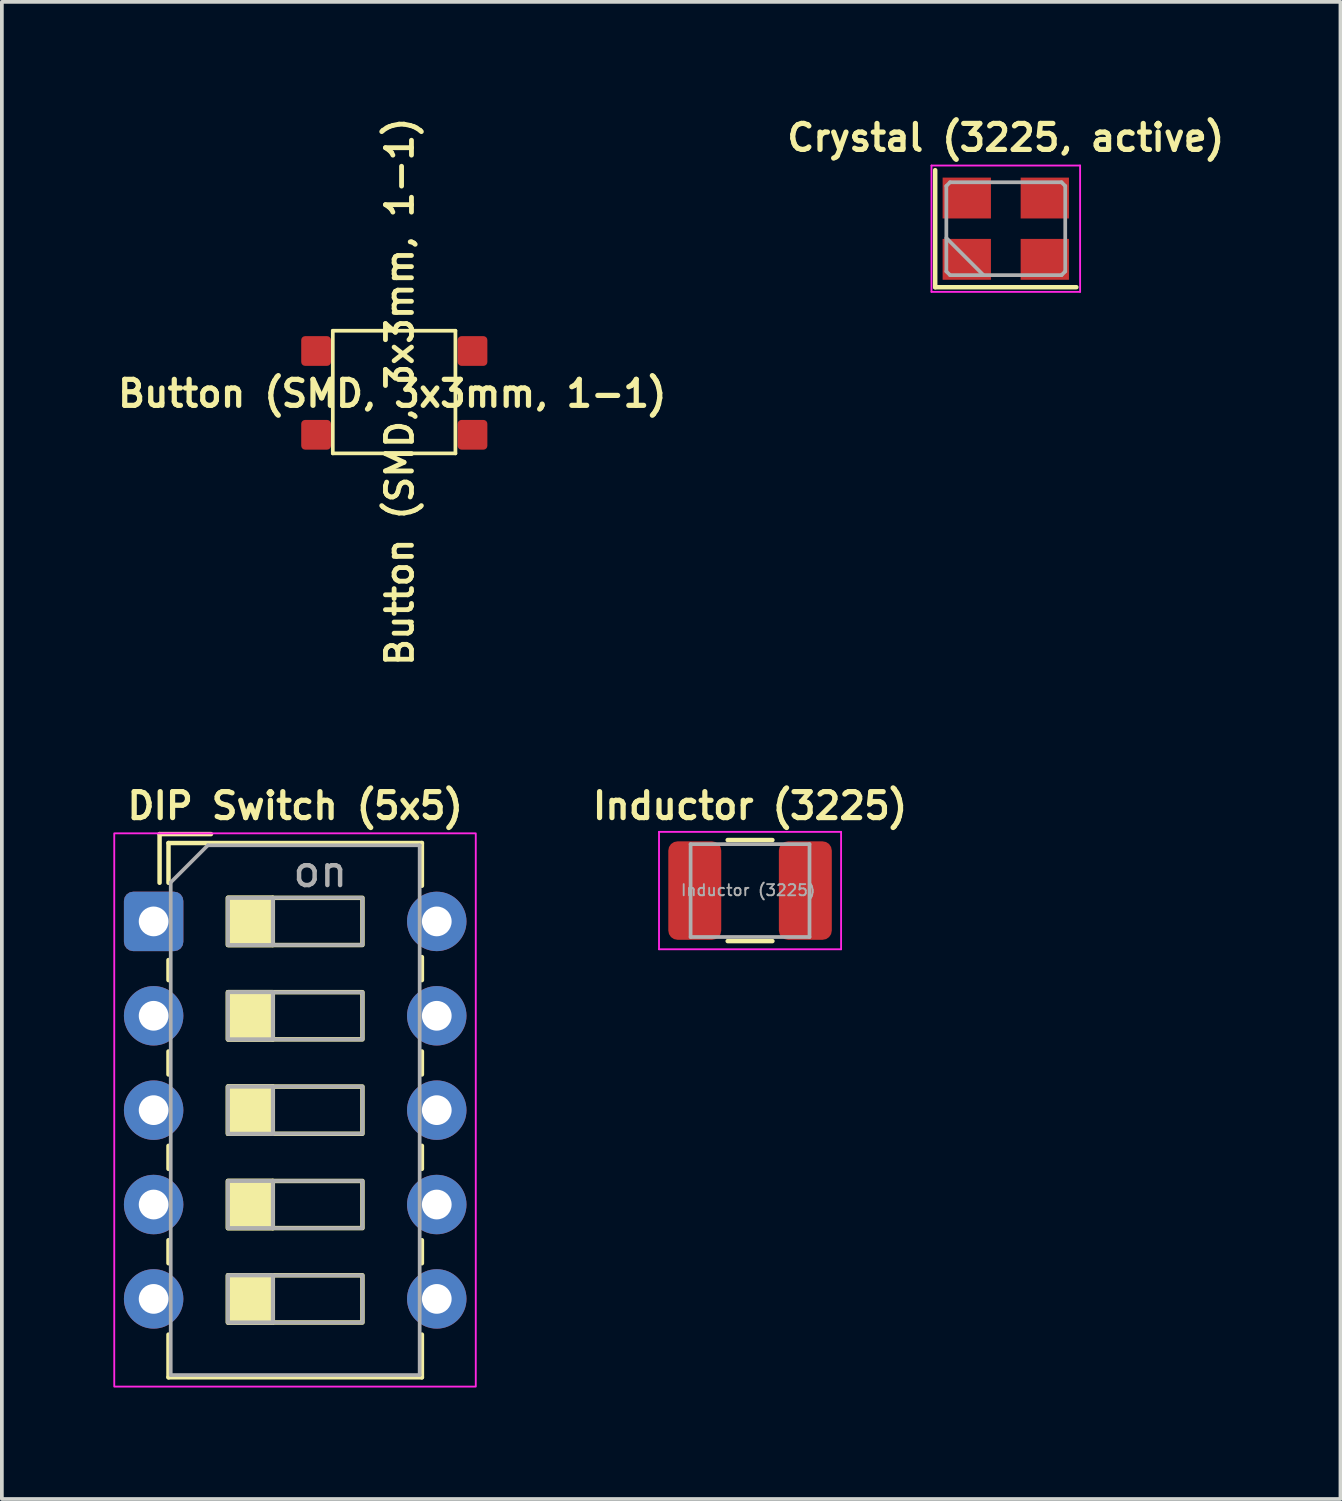
<source format=kicad_pcb>
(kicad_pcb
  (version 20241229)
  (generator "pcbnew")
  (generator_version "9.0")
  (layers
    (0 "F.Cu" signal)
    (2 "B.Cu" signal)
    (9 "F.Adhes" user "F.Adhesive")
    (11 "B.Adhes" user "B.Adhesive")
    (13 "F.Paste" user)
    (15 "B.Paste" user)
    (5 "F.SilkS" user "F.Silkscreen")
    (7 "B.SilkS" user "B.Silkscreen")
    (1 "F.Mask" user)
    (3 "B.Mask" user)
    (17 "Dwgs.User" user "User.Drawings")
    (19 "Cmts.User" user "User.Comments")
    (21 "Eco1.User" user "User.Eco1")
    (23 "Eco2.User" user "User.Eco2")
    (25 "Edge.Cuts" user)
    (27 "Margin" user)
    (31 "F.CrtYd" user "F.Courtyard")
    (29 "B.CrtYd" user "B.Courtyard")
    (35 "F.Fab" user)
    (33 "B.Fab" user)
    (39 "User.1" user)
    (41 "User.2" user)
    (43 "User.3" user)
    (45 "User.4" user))
  (footprint "DIP Switch (5x5)"
    (layer "F.Cu")
    (at 1.085 21.749)
    (property "Reference" "DIP Switch (5x5)" (at 3.81 -3.11 0) (layer "F.SilkS") (effects (font (size 0.7 0.7) (thickness 0.14) (bold yes))))
    (attr through_hole)
    (fp_line (start 0.16 -2.35) (end 0.16 -1.04) (stroke (width 0.12) (type solid)) (layer "F.SilkS"))
    (fp_line (start 0.16 -2.35) (end 1.543 -2.35) (stroke (width 0.12) (type solid)) (layer "F.SilkS"))
    (fp_line (start 0.4 -2.11) (end 0.4 -1.04) (stroke (width 0.12) (type solid)) (layer "F.SilkS"))
    (fp_line (start 0.4 -2.11) (end 7.22 -2.11) (stroke (width 0.12) (type solid)) (layer "F.SilkS"))
    (fp_line (start 0.4 1.04) (end 0.4 1.58) (stroke (width 0.12) (type solid)) (layer "F.SilkS"))
    (fp_line (start 0.4 3.5) (end 0.4 4.12) (stroke (width 0.12) (type solid)) (layer "F.SilkS"))
    (fp_line (start 0.4 6.04) (end 0.4 6.66) (stroke (width 0.12) (type solid)) (layer "F.SilkS"))
    (fp_line (start 0.4 8.58) (end 0.4 9.2) (stroke (width 0.12) (type solid)) (layer "F.SilkS"))
    (fp_line (start 0.4 11.12) (end 0.4 12.27) (stroke (width 0.12) (type solid)) (layer "F.SilkS"))
    (fp_line (start 0.4 12.27) (end 7.22 12.27) (stroke (width 0.12) (type solid)) (layer "F.SilkS"))
    (fp_line (start 3.207 -0.635) (end 3.207 0.635) (stroke (width 0.12) (type solid)) (layer "F.SilkS"))
    (fp_line (start 3.207 1.905) (end 3.207 3.175) (stroke (width 0.12) (type solid)) (layer "F.SilkS"))
    (fp_line (start 3.207 4.445) (end 3.207 5.715) (stroke (width 0.12) (type solid)) (layer "F.SilkS"))
    (fp_line (start 3.207 6.985) (end 3.207 8.255) (stroke (width 0.12) (type solid)) (layer "F.SilkS"))
    (fp_line (start 3.207 9.525) (end 3.207 10.795) (stroke (width 0.12) (type solid)) (layer "F.SilkS"))
    (fp_line (start 7.22 -2.11) (end 7.22 -0.96) (stroke (width 0.12) (type solid)) (layer "F.SilkS"))
    (fp_line (start 7.22 0.96) (end 7.22 1.58) (stroke (width 0.12) (type solid)) (layer "F.SilkS"))
    (fp_line (start 7.22 3.5) (end 7.22 4.12) (stroke (width 0.12) (type solid)) (layer "F.SilkS"))
    (fp_line (start 7.22 6.04) (end 7.22 6.66) (stroke (width 0.12) (type solid)) (layer "F.SilkS"))
    (fp_line (start 7.22 8.58) (end 7.22 9.2) (stroke (width 0.12) (type solid)) (layer "F.SilkS"))
    (fp_line (start 7.22 11.12) (end 7.22 12.27) (stroke (width 0.12) (type solid)) (layer "F.SilkS"))
    (fp_rect (start 2 -0.635) (end 3.207 0.635) (stroke (width 0.12) (type solid)) (fill yes) (layer "F.SilkS"))
    (fp_rect (start 2 -0.635) (end 5.62 0.635) (stroke (width 0.12) (type solid)) (fill no) (layer "F.SilkS"))
    (fp_rect (start 2 1.905) (end 3.207 3.175) (stroke (width 0.12) (type solid)) (fill yes) (layer "F.SilkS"))
    (fp_rect (start 2 1.905) (end 5.62 3.175) (stroke (width 0.12) (type solid)) (fill no) (layer "F.SilkS"))
    (fp_rect (start 2 4.445) (end 3.207 5.715) (stroke (width 0.12) (type solid)) (fill yes) (layer "F.SilkS"))
    (fp_rect (start 2 4.445) (end 5.62 5.715) (stroke (width 0.12) (type solid)) (fill no) (layer "F.SilkS"))
    (fp_rect (start 2 6.985) (end 3.207 8.255) (stroke (width 0.12) (type solid)) (fill yes) (layer "F.SilkS"))
    (fp_rect (start 2 6.985) (end 5.62 8.255) (stroke (width 0.12) (type solid)) (fill no) (layer "F.SilkS"))
    (fp_rect (start 2 9.525) (end 3.207 10.795) (stroke (width 0.12) (type solid)) (fill yes) (layer "F.SilkS"))
    (fp_rect (start 2 9.525) (end 5.62 10.795) (stroke (width 0.12) (type solid)) (fill no) (layer "F.SilkS"))
    (fp_rect (start -1.06 -2.37) (end 8.67 12.52) (stroke (width 0.05) (type solid)) (fill no) (layer "F.CrtYd"))
    (fp_line (start 0.46 -1.05) (end 1.46 -2.05) (stroke (width 0.1) (type solid)) (layer "F.Fab"))
    (fp_line (start 0.46 12.21) (end 0.46 -1.05) (stroke (width 0.1) (type solid)) (layer "F.Fab"))
    (fp_line (start 1.46 -2.05) (end 7.16 -2.05) (stroke (width 0.1) (type solid)) (layer "F.Fab"))
    (fp_line (start 3.207 -0.635) (end 3.207 0.635) (stroke (width 0.1) (type solid)) (layer "F.Fab"))
    (fp_line (start 3.207 1.905) (end 3.207 3.175) (stroke (width 0.1) (type solid)) (layer "F.Fab"))
    (fp_line (start 3.207 4.445) (end 3.207 5.715) (stroke (width 0.1) (type solid)) (layer "F.Fab"))
    (fp_line (start 3.207 6.985) (end 3.207 8.255) (stroke (width 0.1) (type solid)) (layer "F.Fab"))
    (fp_line (start 3.207 9.525) (end 3.207 10.795) (stroke (width 0.1) (type solid)) (layer "F.Fab"))
    (fp_line (start 7.16 -2.05) (end 7.16 12.21) (stroke (width 0.1) (type solid)) (layer "F.Fab"))
    (fp_line (start 7.16 12.21) (end 0.46 12.21) (stroke (width 0.1) (type solid)) (layer "F.Fab"))
    (fp_rect (start 2 -0.635) (end 3.207 0.635) (stroke (width 0.1) (type solid)) (fill no) (layer "F.Fab"))
    (fp_rect (start 2 -0.635) (end 5.62 0.635) (stroke (width 0.1) (type solid)) (fill no) (layer "F.Fab"))
    (fp_rect (start 2 1.905) (end 3.207 3.175) (stroke (width 0.1) (type solid)) (fill no) (layer "F.Fab"))
    (fp_rect (start 2 1.905) (end 5.62 3.175) (stroke (width 0.1) (type solid)) (fill no) (layer "F.Fab"))
    (fp_rect (start 2 4.445) (end 3.207 5.715) (stroke (width 0.1) (type solid)) (fill no) (layer "F.Fab"))
    (fp_rect (start 2 4.445) (end 5.62 5.715) (stroke (width 0.1) (type solid)) (fill no) (layer "F.Fab"))
    (fp_rect (start 2 6.985) (end 3.207 8.255) (stroke (width 0.1) (type solid)) (fill no) (layer "F.Fab"))
    (fp_rect (start 2 6.985) (end 5.62 8.255) (stroke (width 0.1) (type solid)) (fill no) (layer "F.Fab"))
    (fp_rect (start 2 9.525) (end 3.207 10.795) (stroke (width 0.1) (type solid)) (fill no) (layer "F.Fab"))
    (fp_rect (start 2 9.525) (end 5.62 10.795) (stroke (width 0.1) (type solid)) (fill no) (layer "F.Fab"))
    (fp_text user "on" (at 4.485 -1.343 0) (layer "F.Fab") (effects (font (size 0.8 0.8) (thickness 0.12))))
    (pad "1" thru_hole roundrect (at 0 0) (size 1.6 1.6) (drill 0.8) (layers "*.Cu" "*.Mask") (roundrect_rratio 0.156))
    (pad "2" thru_hole circle (at 7.62 0) (size 1.6 1.6) (drill 0.8) (layers "*.Cu" "*.Mask"))
    (pad "3" thru_hole circle (at 0 2.54) (size 1.6 1.6) (drill 0.8) (layers "*.Cu" "*.Mask"))
    (pad "4" thru_hole circle (at 7.62 2.54) (size 1.6 1.6) (drill 0.8) (layers "*.Cu" "*.Mask"))
    (pad "5" thru_hole circle (at 0 5.08) (size 1.6 1.6) (drill 0.8) (layers "*.Cu" "*.Mask"))
    (pad "6" thru_hole circle (at 7.62 5.08) (size 1.6 1.6) (drill 0.8) (layers "*.Cu" "*.Mask"))
    (pad "7" thru_hole circle (at 0 7.62) (size 1.6 1.6) (drill 0.8) (layers "*.Cu" "*.Mask"))
    (pad "8" thru_hole circle (at 7.62 7.62) (size 1.6 1.6) (drill 0.8) (layers "*.Cu" "*.Mask"))
    (pad "9" thru_hole circle (at 0 10.16) (size 1.6 1.6) (drill 0.8) (layers "*.Cu" "*.Mask"))
    (pad "10" thru_hole circle (at 7.62 10.16) (size 1.6 1.6) (drill 0.8) (layers "*.Cu" "*.Mask")))
  (footprint "Button (SMD, 3x3mm, 1-1)"
    (layer "F.Cu")
    (at 5.907 5.852)
    (property "Reference" "Button (SMD, 3x3mm, 1-1)" (at 1.8 1.64 270) (layer "F.SilkS") (effects (font (size 0.7 0.7) (thickness 0.13) (bold yes))))
    (attr smd)
    (fp_line (start 0 0) (end 0 3.3) (stroke (width 0.1) (type default)) (layer "F.SilkS"))
    (fp_line (start 0 0) (end 3.3 0) (stroke (width 0.1) (type default)) (layer "F.SilkS"))
    (fp_line (start 3.3 3.3) (end 0 3.3) (stroke (width 0.1) (type default)) (layer "F.SilkS"))
    (fp_line (start 3.3 3.3) (end 3.3 0) (stroke (width 0.1) (type default)) (layer "F.SilkS"))
    (fp_text user "${REFERENCE}" (at 1.6 2.1 0) (layer "F.SilkS") (effects (font (size 0.7 0.7) (thickness 0.14) (bold yes)) (justify bottom)))
    (pad "1" smd roundrect (at -0.45 0.545) (size 0.8 0.8) (layers "F.Cu" "F.Mask" "F.Paste") (roundrect_rratio 0.131))
    (pad "1" smd roundrect (at 3.76 0.545) (size 0.8 0.8) (layers "F.Cu" "F.Mask" "F.Paste") (roundrect_rratio 0.131))
    (pad "2" smd roundrect (at -0.45 2.8) (size 0.8 0.8) (layers "F.Cu" "F.Mask" "F.Paste") (roundrect_rratio 0.131))
    (pad "2" smd roundrect (at 3.76 2.8) (size 0.8 0.8) (layers "F.Cu" "F.Mask" "F.Paste") (roundrect_rratio 0.131)))
  (footprint "Inductor (3225)"
    (layer "F.Cu")
    (at 17.137 20.919)
    (property "Reference" "Inductor (3225)" (at 0 -2.28 0) (layer "F.SilkS") (effects (font (size 0.7 0.7) (thickness 0.14) (bold yes))))
    (property "Value" "Inductor (3225)" (at 0 2.28 0) (layer "F.Fab") (hide yes) (effects (font (size 1 1) (thickness 0.15))))
    (attr smd)
    (fp_line (start -0.602 -1.36) (end 0.602 -1.36) (stroke (width 0.12) (type solid)) (layer "F.SilkS"))
    (fp_line (start -0.602 1.36) (end 0.602 1.36) (stroke (width 0.12) (type solid)) (layer "F.SilkS"))
    (fp_line (start -2.45 -1.58) (end 2.45 -1.58) (stroke (width 0.05) (type solid)) (layer "F.CrtYd"))
    (fp_line (start -2.45 1.58) (end -2.45 -1.58) (stroke (width 0.05) (type solid)) (layer "F.CrtYd"))
    (fp_line (start 2.45 -1.58) (end 2.45 1.58) (stroke (width 0.05) (type solid)) (layer "F.CrtYd"))
    (fp_line (start 2.45 1.58) (end -2.45 1.58) (stroke (width 0.05) (type solid)) (layer "F.CrtYd"))
    (fp_line (start -1.6 -1.25) (end 1.6 -1.25) (stroke (width 0.1) (type solid)) (layer "F.Fab"))
    (fp_line (start -1.6 1.25) (end -1.6 -1.25) (stroke (width 0.1) (type solid)) (layer "F.Fab"))
    (fp_line (start 1.6 -1.25) (end 1.6 1.25) (stroke (width 0.1) (type solid)) (layer "F.Fab"))
    (fp_line (start 1.6 1.25) (end -1.6 1.25) (stroke (width 0.1) (type solid)) (layer "F.Fab"))
    (fp_text user "${VALUE}" (at -0.05 -0.01 0) (layer "F.Fab") (effects (font (size 0.3 0.3) (thickness 0.05) (bold yes))))
    (pad "1" smd roundrect (at -1.488 0) (size 1.425 2.65) (layers "F.Cu" "F.Mask" "F.Paste") (roundrect_rratio 0.175))
    (pad "2" smd roundrect (at 1.488 0) (size 1.425 2.65) (layers "F.Cu" "F.Mask" "F.Paste") (roundrect_rratio 0.175)))
  (footprint "Crystal (3225, active)"
    (layer "F.Cu")
    (at 24.02 3.105)
    (property "Reference" "Crystal (3225, active)" (at 0 -2.45 0) (layer "F.SilkS") (effects (font (size 0.7 0.7) (thickness 0.14) (bold yes))))
    (attr smd)
    (fp_line (start -1.9 -1.575) (end -1.9 1.575) (stroke (width 0.12) (type solid)) (layer "F.SilkS"))
    (fp_line (start -1.9 1.575) (end 1.9 1.575) (stroke (width 0.12) (type solid)) (layer "F.SilkS"))
    (fp_line (start -2 -1.7) (end -2 1.7) (stroke (width 0.05) (type solid)) (layer "F.CrtYd"))
    (fp_line (start -2 1.7) (end 2 1.7) (stroke (width 0.05) (type solid)) (layer "F.CrtYd"))
    (fp_line (start 2 -1.7) (end -2 -1.7) (stroke (width 0.05) (type solid)) (layer "F.CrtYd"))
    (fp_line (start 2 1.7) (end 2 -1.7) (stroke (width 0.05) (type solid)) (layer "F.CrtYd"))
    (fp_line (start -1.6 -1.15) (end -1.5 -1.25) (stroke (width 0.1) (type solid)) (layer "F.Fab"))
    (fp_line (start -1.6 0.25) (end -0.6 1.25) (stroke (width 0.1) (type solid)) (layer "F.Fab"))
    (fp_line (start -1.6 1.15) (end -1.6 -1.15) (stroke (width 0.1) (type solid)) (layer "F.Fab"))
    (fp_line (start -1.5 -1.25) (end 1.5 -1.25) (stroke (width 0.1) (type solid)) (layer "F.Fab"))
    (fp_line (start -1.5 1.25) (end -1.6 1.15) (stroke (width 0.1) (type solid)) (layer "F.Fab"))
    (fp_line (start 1.5 -1.25) (end 1.6 -1.15) (stroke (width 0.1) (type solid)) (layer "F.Fab"))
    (fp_line (start 1.5 1.25) (end -1.5 1.25) (stroke (width 0.1) (type solid)) (layer "F.Fab"))
    (fp_line (start 1.6 -1.15) (end 1.6 1.15) (stroke (width 0.1) (type solid)) (layer "F.Fab"))
    (fp_line (start 1.6 1.15) (end 1.5 1.25) (stroke (width 0.1) (type solid)) (layer "F.Fab"))
    (pad "1" smd rect (at -1.05 0.825) (size 1.3 1.1) (layers "F.Cu" "F.Mask" "F.Paste"))
    (pad "2" smd rect (at 1.05 0.825) (size 1.3 1.1) (layers "F.Cu" "F.Mask" "F.Paste"))
    (pad "3" smd rect (at 1.05 -0.825) (size 1.3 1.1) (layers "F.Cu" "F.Mask" "F.Paste"))
    (pad "4" smd rect (at -1.05 -0.825) (size 1.3 1.1) (layers "F.Cu" "F.Mask" "F.Paste")))
  (gr_rect
    (start -3 -3)
    (end 33.027 37.294)
    (stroke (width 0.1) (type default))
    (fill no)
    (layer "Edge.Cuts")))
</source>
